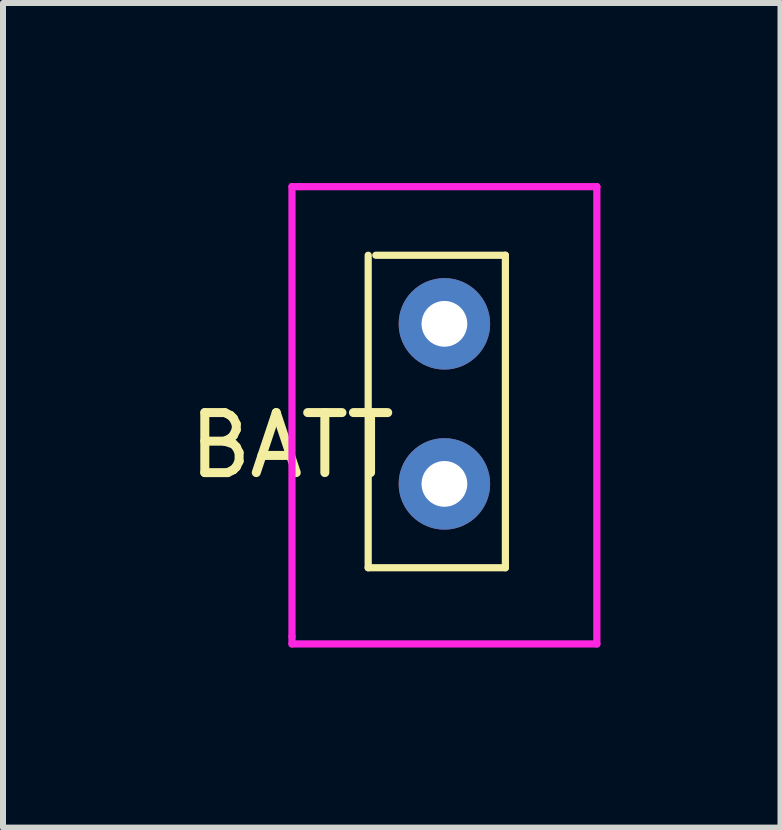
<source format=kicad_pcb>
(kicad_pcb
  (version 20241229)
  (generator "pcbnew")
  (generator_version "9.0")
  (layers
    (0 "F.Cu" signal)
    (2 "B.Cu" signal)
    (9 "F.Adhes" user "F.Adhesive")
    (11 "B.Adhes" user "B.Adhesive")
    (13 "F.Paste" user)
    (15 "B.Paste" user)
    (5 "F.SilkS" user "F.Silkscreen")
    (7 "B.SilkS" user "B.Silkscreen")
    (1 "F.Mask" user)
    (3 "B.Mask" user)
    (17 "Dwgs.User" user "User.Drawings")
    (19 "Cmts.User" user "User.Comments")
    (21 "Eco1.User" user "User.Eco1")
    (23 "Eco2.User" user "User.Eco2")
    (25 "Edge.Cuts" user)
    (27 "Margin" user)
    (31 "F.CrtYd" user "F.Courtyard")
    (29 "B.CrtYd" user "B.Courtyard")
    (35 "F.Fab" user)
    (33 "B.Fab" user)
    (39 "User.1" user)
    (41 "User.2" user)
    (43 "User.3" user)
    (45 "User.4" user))
  (footprint "BATT"
    (layer "F.Cu")
    (at 1.815 3.87)
    (property "Reference" "BATT" (at 0 0.5 0) (layer "F.SilkS") (effects (font (size 1 1) (thickness 0.15))))
    (attr through_hole)
    (fp_line (start 1.27 2.54) (end 1.27 -2.667) (stroke (width 0.12) (type solid)) (layer "F.SilkS"))
    (fp_line (start 1.397 -2.667) (end 3.556 -2.667) (stroke (width 0.12) (type solid)) (layer "F.SilkS"))
    (fp_line (start 3.556 -2.667) (end 3.556 2.54) (stroke (width 0.12) (type solid)) (layer "F.SilkS"))
    (fp_line (start 3.556 2.54) (end 1.27 2.54) (stroke (width 0.12) (type solid)) (layer "F.SilkS"))
    (fp_line (start 0 -3.81) (end 0 3.683) (stroke (width 0.12) (type solid)) (layer "F.CrtYd"))
    (fp_line (start 0 3.683) (end 0 3.81) (stroke (width 0.12) (type solid)) (layer "F.CrtYd"))
    (fp_line (start 0.127 -3.81) (end 0 -3.81) (stroke (width 0.12) (type solid)) (layer "F.CrtYd"))
    (fp_line (start 0.127 -3.81) (end 5.08 -3.81) (stroke (width 0.12) (type solid)) (layer "F.CrtYd"))
    (fp_line (start 5.08 -3.81) (end 5.08 3.81) (stroke (width 0.12) (type solid)) (layer "F.CrtYd"))
    (fp_line (start 5.08 3.81) (end 0 3.81) (stroke (width 0.12) (type solid)) (layer "F.CrtYd"))
    (pad "1" thru_hole circle (at 2.54 -1.524) (size 1.524 1.524) (drill 0.762) (layers "*.Cu" "*.Mask"))
    (pad "2" thru_hole circle (at 2.54 1.143) (size 1.524 1.524) (drill 0.762) (layers "*.Cu" "*.Mask")))
  (gr_rect
    (start -3 -3)
    (end 9.955 10.74)
    (stroke (width 0.1) (type default))
    (fill no)
    (layer "Edge.Cuts")))
</source>
